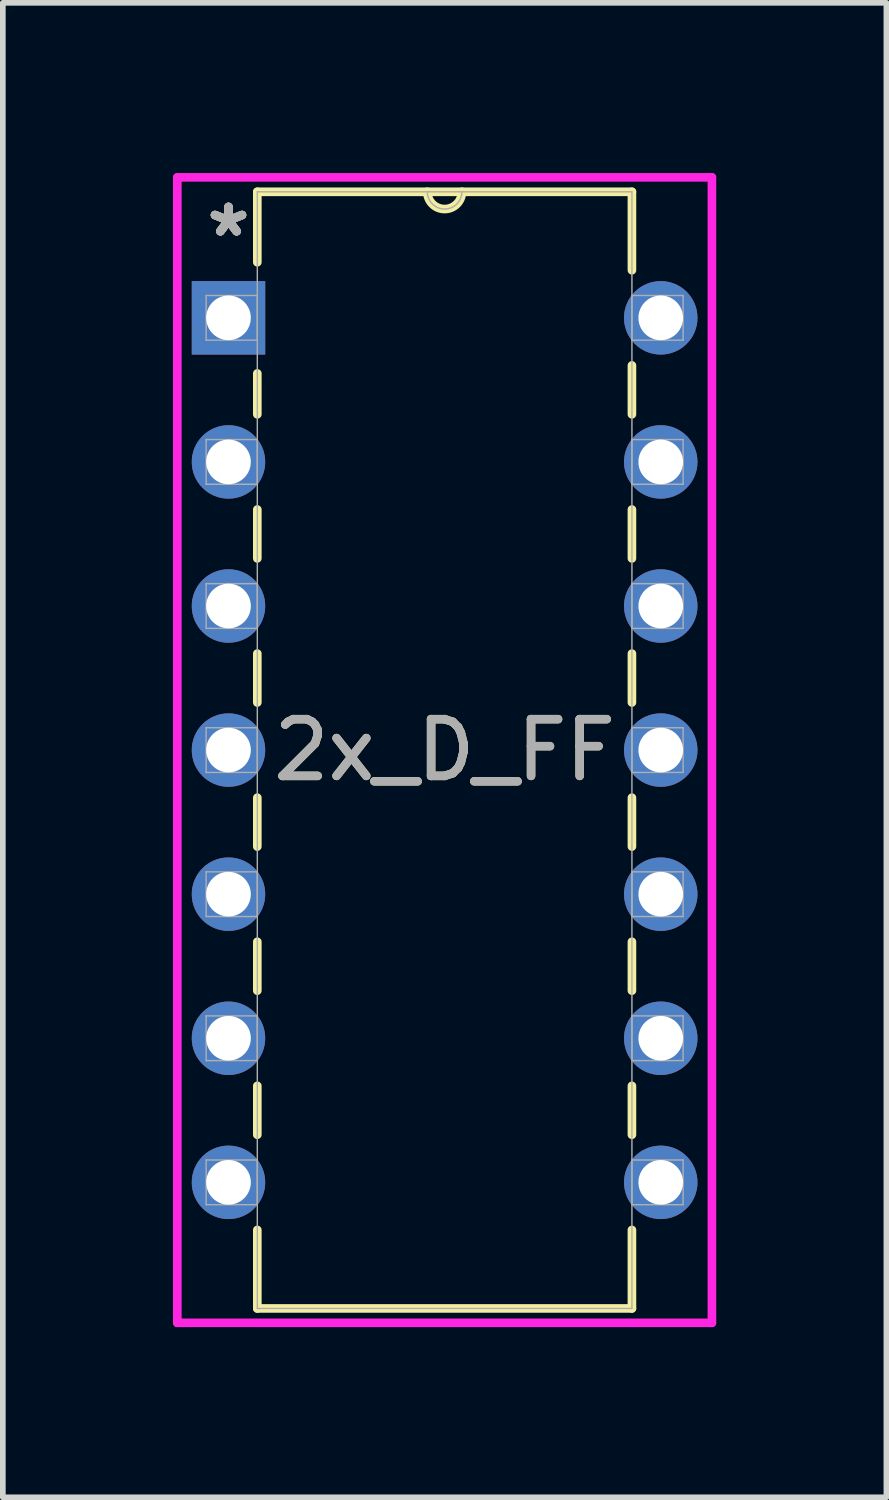
<source format=kicad_pcb>
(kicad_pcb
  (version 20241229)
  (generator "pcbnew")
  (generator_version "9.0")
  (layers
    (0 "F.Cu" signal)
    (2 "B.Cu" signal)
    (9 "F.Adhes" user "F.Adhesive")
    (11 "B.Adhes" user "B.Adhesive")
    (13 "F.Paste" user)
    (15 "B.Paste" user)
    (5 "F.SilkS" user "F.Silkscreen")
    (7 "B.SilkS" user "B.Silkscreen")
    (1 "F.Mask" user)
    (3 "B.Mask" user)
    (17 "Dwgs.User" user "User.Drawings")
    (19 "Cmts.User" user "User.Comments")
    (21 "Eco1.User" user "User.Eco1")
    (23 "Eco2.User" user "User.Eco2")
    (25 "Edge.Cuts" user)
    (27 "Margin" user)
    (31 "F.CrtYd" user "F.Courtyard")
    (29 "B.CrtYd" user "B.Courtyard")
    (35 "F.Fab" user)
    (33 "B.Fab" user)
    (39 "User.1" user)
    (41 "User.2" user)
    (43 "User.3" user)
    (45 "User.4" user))
  (footprint "2x_D_FF"
    (layer "F.Cu")
    (at 8.598 17.793)
    (property "Reference" "2x_D_FF" (at -3.81 -7.62 0) (unlocked yes) (layer "F.SilkS") (effects (font (size 1 1) (thickness 0.15))))
    (attr through_hole)
    (fp_line (start -7.112 -17.462) (end -7.112 -16.22) (stroke (width 0.152) (type solid)) (layer "F.SilkS"))
    (fp_line (start -7.112 -14.26) (end -7.112 -13.539) (stroke (width 0.152) (type solid)) (layer "F.SilkS"))
    (fp_line (start -7.112 -11.861) (end -7.112 -10.999) (stroke (width 0.152) (type solid)) (layer "F.SilkS"))
    (fp_line (start -7.112 -9.321) (end -7.112 -8.459) (stroke (width 0.152) (type solid)) (layer "F.SilkS"))
    (fp_line (start -7.112 -6.781) (end -7.112 -5.919) (stroke (width 0.152) (type solid)) (layer "F.SilkS"))
    (fp_line (start -7.112 -4.241) (end -7.112 -3.379) (stroke (width 0.152) (type solid)) (layer "F.SilkS"))
    (fp_line (start -7.112 -1.701) (end -7.112 -0.839) (stroke (width 0.152) (type solid)) (layer "F.SilkS"))
    (fp_line (start -7.112 0.839) (end -7.112 2.223) (stroke (width 0.152) (type solid)) (layer "F.SilkS"))
    (fp_line (start -7.112 2.223) (end -0.508 2.223) (stroke (width 0.152) (type solid)) (layer "F.SilkS"))
    (fp_line (start -0.508 -17.462) (end -7.112 -17.462) (stroke (width 0.152) (type solid)) (layer "F.SilkS"))
    (fp_line (start -0.508 -16.079) (end -0.508 -17.462) (stroke (width 0.152) (type solid)) (layer "F.SilkS"))
    (fp_line (start -0.508 -13.539) (end -0.508 -14.401) (stroke (width 0.152) (type solid)) (layer "F.SilkS"))
    (fp_line (start -0.508 -10.999) (end -0.508 -11.861) (stroke (width 0.152) (type solid)) (layer "F.SilkS"))
    (fp_line (start -0.508 -8.459) (end -0.508 -9.321) (stroke (width 0.152) (type solid)) (layer "F.SilkS"))
    (fp_line (start -0.508 -5.919) (end -0.508 -6.781) (stroke (width 0.152) (type solid)) (layer "F.SilkS"))
    (fp_line (start -0.508 -3.379) (end -0.508 -4.241) (stroke (width 0.152) (type solid)) (layer "F.SilkS"))
    (fp_line (start -0.508 -0.839) (end -0.508 -1.701) (stroke (width 0.152) (type solid)) (layer "F.SilkS"))
    (fp_line (start -0.508 2.223) (end -0.508 0.839) (stroke (width 0.152) (type solid)) (layer "F.SilkS"))
    (fp_arc (start -3.5052 -17.4625) (mid -3.81 -17.1577) (end -4.1148 -17.4625) (stroke (width 0.1524) (type solid)) (layer "F.SilkS"))
    (fp_line (start -8.522 -17.716) (end -8.522 2.477) (stroke (width 0.152) (type solid)) (layer "F.CrtYd"))
    (fp_line (start -8.522 2.477) (end 0.902 2.477) (stroke (width 0.152) (type solid)) (layer "F.CrtYd"))
    (fp_line (start 0.902 -17.716) (end -8.522 -17.716) (stroke (width 0.152) (type solid)) (layer "F.CrtYd"))
    (fp_line (start 0.902 2.477) (end 0.902 -17.716) (stroke (width 0.152) (type solid)) (layer "F.CrtYd"))
    (fp_line (start -8.014 -15.634) (end -8.014 -14.846) (stroke (width 0.025) (type solid)) (layer "F.Fab"))
    (fp_line (start -8.014 -14.846) (end -7.112 -14.846) (stroke (width 0.025) (type solid)) (layer "F.Fab"))
    (fp_line (start -8.014 -13.094) (end -8.014 -12.306) (stroke (width 0.025) (type solid)) (layer "F.Fab"))
    (fp_line (start -8.014 -12.306) (end -7.112 -12.306) (stroke (width 0.025) (type solid)) (layer "F.Fab"))
    (fp_line (start -8.014 -10.554) (end -8.014 -9.766) (stroke (width 0.025) (type solid)) (layer "F.Fab"))
    (fp_line (start -8.014 -9.766) (end -7.112 -9.766) (stroke (width 0.025) (type solid)) (layer "F.Fab"))
    (fp_line (start -8.014 -8.014) (end -8.014 -7.226) (stroke (width 0.025) (type solid)) (layer "F.Fab"))
    (fp_line (start -8.014 -7.226) (end -7.112 -7.226) (stroke (width 0.025) (type solid)) (layer "F.Fab"))
    (fp_line (start -8.014 -5.474) (end -8.014 -4.686) (stroke (width 0.025) (type solid)) (layer "F.Fab"))
    (fp_line (start -8.014 -4.686) (end -7.112 -4.686) (stroke (width 0.025) (type solid)) (layer "F.Fab"))
    (fp_line (start -8.014 -2.934) (end -8.014 -2.146) (stroke (width 0.025) (type solid)) (layer "F.Fab"))
    (fp_line (start -8.014 -2.146) (end -7.112 -2.146) (stroke (width 0.025) (type solid)) (layer "F.Fab"))
    (fp_line (start -8.014 -0.394) (end -8.014 0.394) (stroke (width 0.025) (type solid)) (layer "F.Fab"))
    (fp_line (start -8.014 0.394) (end -7.112 0.394) (stroke (width 0.025) (type solid)) (layer "F.Fab"))
    (fp_line (start -7.112 -17.462) (end -7.112 2.223) (stroke (width 0.025) (type solid)) (layer "F.Fab"))
    (fp_line (start -7.112 -15.634) (end -8.014 -15.634) (stroke (width 0.025) (type solid)) (layer "F.Fab"))
    (fp_line (start -7.112 -14.846) (end -7.112 -15.634) (stroke (width 0.025) (type solid)) (layer "F.Fab"))
    (fp_line (start -7.112 -13.094) (end -8.014 -13.094) (stroke (width 0.025) (type solid)) (layer "F.Fab"))
    (fp_line (start -7.112 -12.306) (end -7.112 -13.094) (stroke (width 0.025) (type solid)) (layer "F.Fab"))
    (fp_line (start -7.112 -10.554) (end -8.014 -10.554) (stroke (width 0.025) (type solid)) (layer "F.Fab"))
    (fp_line (start -7.112 -9.766) (end -7.112 -10.554) (stroke (width 0.025) (type solid)) (layer "F.Fab"))
    (fp_line (start -7.112 -8.014) (end -8.014 -8.014) (stroke (width 0.025) (type solid)) (layer "F.Fab"))
    (fp_line (start -7.112 -7.226) (end -7.112 -8.014) (stroke (width 0.025) (type solid)) (layer "F.Fab"))
    (fp_line (start -7.112 -5.474) (end -8.014 -5.474) (stroke (width 0.025) (type solid)) (layer "F.Fab"))
    (fp_line (start -7.112 -4.686) (end -7.112 -5.474) (stroke (width 0.025) (type solid)) (layer "F.Fab"))
    (fp_line (start -7.112 -2.934) (end -8.014 -2.934) (stroke (width 0.025) (type solid)) (layer "F.Fab"))
    (fp_line (start -7.112 -2.146) (end -7.112 -2.934) (stroke (width 0.025) (type solid)) (layer "F.Fab"))
    (fp_line (start -7.112 -0.394) (end -8.014 -0.394) (stroke (width 0.025) (type solid)) (layer "F.Fab"))
    (fp_line (start -7.112 0.394) (end -7.112 -0.394) (stroke (width 0.025) (type solid)) (layer "F.Fab"))
    (fp_line (start -7.112 2.223) (end -0.508 2.223) (stroke (width 0.025) (type solid)) (layer "F.Fab"))
    (fp_line (start -0.508 -17.462) (end -7.112 -17.462) (stroke (width 0.025) (type solid)) (layer "F.Fab"))
    (fp_line (start -0.508 -15.634) (end -0.508 -14.846) (stroke (width 0.025) (type solid)) (layer "F.Fab"))
    (fp_line (start -0.508 -14.846) (end 0.394 -14.846) (stroke (width 0.025) (type solid)) (layer "F.Fab"))
    (fp_line (start -0.508 -13.094) (end -0.508 -12.306) (stroke (width 0.025) (type solid)) (layer "F.Fab"))
    (fp_line (start -0.508 -12.306) (end 0.394 -12.306) (stroke (width 0.025) (type solid)) (layer "F.Fab"))
    (fp_line (start -0.508 -10.554) (end -0.508 -9.766) (stroke (width 0.025) (type solid)) (layer "F.Fab"))
    (fp_line (start -0.508 -9.766) (end 0.394 -9.766) (stroke (width 0.025) (type solid)) (layer "F.Fab"))
    (fp_line (start -0.508 -8.014) (end -0.508 -7.226) (stroke (width 0.025) (type solid)) (layer "F.Fab"))
    (fp_line (start -0.508 -7.226) (end 0.394 -7.226) (stroke (width 0.025) (type solid)) (layer "F.Fab"))
    (fp_line (start -0.508 -5.474) (end -0.508 -4.686) (stroke (width 0.025) (type solid)) (layer "F.Fab"))
    (fp_line (start -0.508 -4.686) (end 0.394 -4.686) (stroke (width 0.025) (type solid)) (layer "F.Fab"))
    (fp_line (start -0.508 -2.934) (end -0.508 -2.146) (stroke (width 0.025) (type solid)) (layer "F.Fab"))
    (fp_line (start -0.508 -2.146) (end 0.394 -2.146) (stroke (width 0.025) (type solid)) (layer "F.Fab"))
    (fp_line (start -0.508 -0.394) (end -0.508 0.394) (stroke (width 0.025) (type solid)) (layer "F.Fab"))
    (fp_line (start -0.508 0.394) (end 0.394 0.394) (stroke (width 0.025) (type solid)) (layer "F.Fab"))
    (fp_line (start -0.508 2.223) (end -0.508 -17.462) (stroke (width 0.025) (type solid)) (layer "F.Fab"))
    (fp_line (start 0.394 -15.634) (end -0.508 -15.634) (stroke (width 0.025) (type solid)) (layer "F.Fab"))
    (fp_line (start 0.394 -14.846) (end 0.394 -15.634) (stroke (width 0.025) (type solid)) (layer "F.Fab"))
    (fp_line (start 0.394 -13.094) (end -0.508 -13.094) (stroke (width 0.025) (type solid)) (layer "F.Fab"))
    (fp_line (start 0.394 -12.306) (end 0.394 -13.094) (stroke (width 0.025) (type solid)) (layer "F.Fab"))
    (fp_line (start 0.394 -10.554) (end -0.508 -10.554) (stroke (width 0.025) (type solid)) (layer "F.Fab"))
    (fp_line (start 0.394 -9.766) (end 0.394 -10.554) (stroke (width 0.025) (type solid)) (layer "F.Fab"))
    (fp_line (start 0.394 -8.014) (end -0.508 -8.014) (stroke (width 0.025) (type solid)) (layer "F.Fab"))
    (fp_line (start 0.394 -7.226) (end 0.394 -8.014) (stroke (width 0.025) (type solid)) (layer "F.Fab"))
    (fp_line (start 0.394 -5.474) (end -0.508 -5.474) (stroke (width 0.025) (type solid)) (layer "F.Fab"))
    (fp_line (start 0.394 -4.686) (end 0.394 -5.474) (stroke (width 0.025) (type solid)) (layer "F.Fab"))
    (fp_line (start 0.394 -2.934) (end -0.508 -2.934) (stroke (width 0.025) (type solid)) (layer "F.Fab"))
    (fp_line (start 0.394 -2.146) (end 0.394 -2.934) (stroke (width 0.025) (type solid)) (layer "F.Fab"))
    (fp_line (start 0.394 -0.394) (end -0.508 -0.394) (stroke (width 0.025) (type solid)) (layer "F.Fab"))
    (fp_line (start 0.394 0.394) (end 0.394 -0.394) (stroke (width 0.025) (type solid)) (layer "F.Fab"))
    (fp_arc (start -3.5052 -17.4625) (mid -3.81 -17.1577) (end -4.1148 -17.4625) (stroke (width 0.0254) (type solid)) (layer "F.Fab"))
    (fp_text user "*" (at -7.62 -16.65 0) (layer "F.SilkS") (effects (font (size 1 1) (thickness 0.15))))
    (fp_text user "*" (at -7.62 -16.65 0) (unlocked yes) (layer "F.SilkS") (effects (font (size 1 1) (thickness 0.15))))
    (fp_text user "${REFERENCE}" (at -3.81 -7.62 0) (unlocked yes) (layer "F.Fab") (effects (font (size 1 1) (thickness 0.15))))
    (fp_text user "*" (at -7.62 -16.65 0) (layer "F.Fab") (effects (font (size 1 1) (thickness 0.15))))
    (fp_text user "*" (at -7.62 -16.65 0) (unlocked yes) (layer "F.Fab") (effects (font (size 1 1) (thickness 0.15))))
    (pad "1" thru_hole rect (at -7.62 -15.24) (size 1.295 1.295) (drill 0.787) (layers "*.Cu" "*.Mask"))
    (pad "2" thru_hole circle (at -7.62 -12.7) (size 1.295 1.295) (drill 0.787) (layers "*.Cu" "*.Mask"))
    (pad "3" thru_hole circle (at -7.62 -10.16) (size 1.295 1.295) (drill 0.787) (layers "*.Cu" "*.Mask"))
    (pad "4" thru_hole circle (at -7.62 -7.62) (size 1.295 1.295) (drill 0.787) (layers "*.Cu" "*.Mask"))
    (pad "5" thru_hole circle (at -7.62 -5.08) (size 1.295 1.295) (drill 0.787) (layers "*.Cu" "*.Mask"))
    (pad "6" thru_hole circle (at -7.62 -2.54) (size 1.295 1.295) (drill 0.787) (layers "*.Cu" "*.Mask"))
    (pad "7" thru_hole circle (at -7.62 0) (size 1.295 1.295) (drill 0.787) (layers "*.Cu" "*.Mask"))
    (pad "8" thru_hole circle (at 0 0) (size 1.295 1.295) (drill 0.787) (layers "*.Cu" "*.Mask"))
    (pad "9" thru_hole circle (at 0 -2.54) (size 1.295 1.295) (drill 0.787) (layers "*.Cu" "*.Mask"))
    (pad "10" thru_hole circle (at 0 -5.08) (size 1.295 1.295) (drill 0.787) (layers "*.Cu" "*.Mask"))
    (pad "11" thru_hole circle (at 0 -7.62) (size 1.295 1.295) (drill 0.787) (layers "*.Cu" "*.Mask"))
    (pad "12" thru_hole circle (at 0 -10.16) (size 1.295 1.295) (drill 0.787) (layers "*.Cu" "*.Mask"))
    (pad "13" thru_hole circle (at 0 -12.7) (size 1.295 1.295) (drill 0.787) (layers "*.Cu" "*.Mask"))
    (pad "14" thru_hole circle (at 0 -15.24) (size 1.295 1.295) (drill 0.787) (layers "*.Cu" "*.Mask")))
  (gr_rect
    (start -3 -3)
    (end 12.576 23.345)
    (stroke (width 0.1) (type default))
    (fill no)
    (layer "Edge.Cuts")))
</source>
